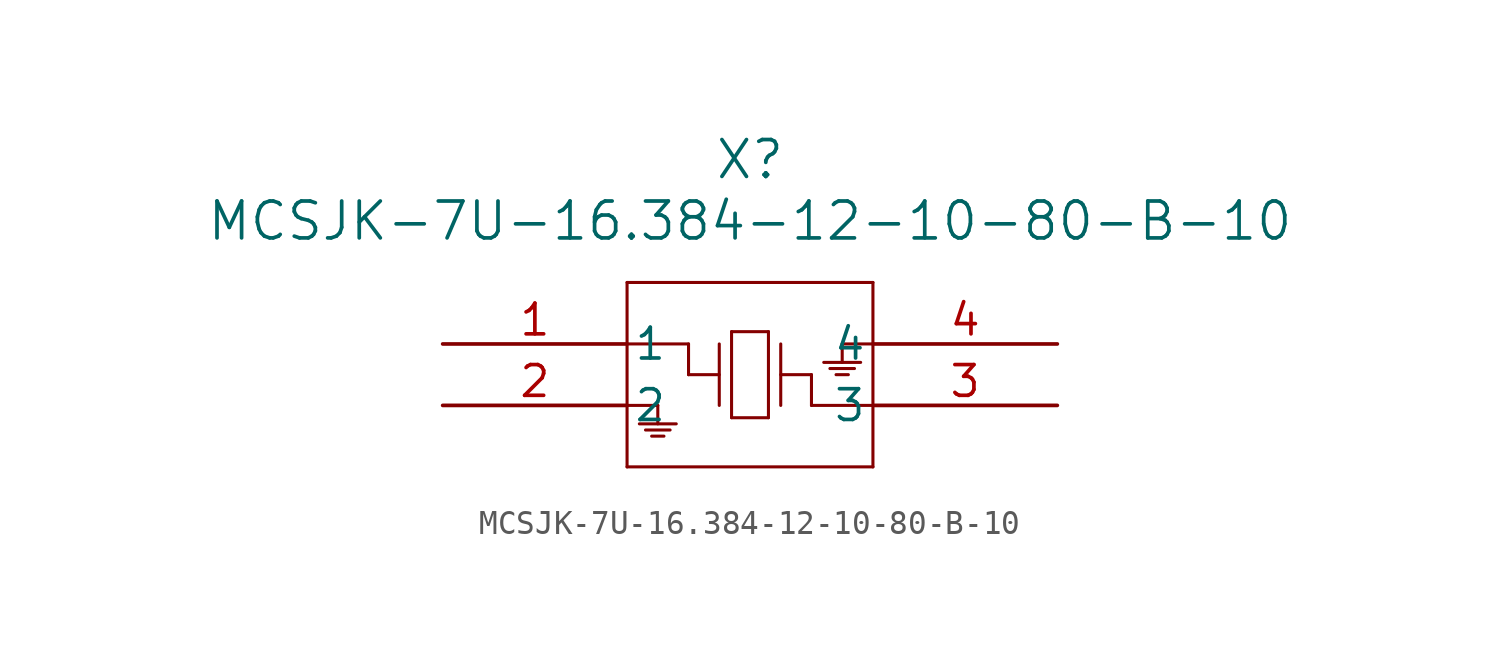
<source format=kicad_sym>
(kicad_symbol_lib
  (version 20211014)
  (generator kicad_symbol_editor)
  (symbol "MCSJK-7U-16.384-12-10-80-B-10"
    (pin_names
      (offset 0.254))
    (property "Reference" "X"
      (at 12.7 7.62 0)
      (effects (font (size 1.524 1.524))))
    (property "Value" "MCSJK-7U-16.384-12-10-80-B-10"
      (at 12.7 5.08 0)
      (effects (font (size 1.524 1.524))))
    (symbol "MCSJK-7U-16.384-12-10-80-B-10_0_1"
      (polyline (pts (xy 7.62 2.54) (xy 7.62 -5.08)) (stroke (width 0.127) (type default) (color 0 0 0 0)) (fill (type none)))
      (polyline (pts (xy 7.62 -5.08) (xy 17.78 -5.08)) (stroke (width 0.127) (type default) (color 0 0 0 0)) (fill (type none)))
      (polyline (pts (xy 17.78 -5.08) (xy 17.78 2.54)) (stroke (width 0.127) (type default) (color 0 0 0 0)) (fill (type none)))
      (polyline (pts (xy 17.78 2.54) (xy 7.62 2.54)) (stroke (width 0.127) (type default) (color 0 0 0 0)) (fill (type none)))
      (polyline (pts (xy 11.43 0) (xy 11.43 -2.54)) (stroke (width 0.127) (type default) (color 0 0 0 0)) (fill (type none)))
      (polyline (pts (xy 11.43 -1.27) (xy 10.16 -1.27)) (stroke (width 0.127) (type default) (color 0 0 0 0)) (fill (type none)))
      (polyline (pts (xy 10.16 -1.27) (xy 10.16 0)) (stroke (width 0.127) (type default) (color 0 0 0 0)) (fill (type none)))
      (polyline (pts (xy 10.16 0) (xy 7.62 0)) (stroke (width 0.127) (type default) (color 0 0 0 0)) (fill (type none)))
      (polyline (pts (xy 13.97 0) (xy 13.97 -2.54)) (stroke (width 0.127) (type default) (color 0 0 0 0)) (fill (type none)))
      (polyline (pts (xy 13.97 -1.27) (xy 15.24 -1.27)) (stroke (width 0.127) (type default) (color 0 0 0 0)) (fill (type none)))
      (polyline (pts (xy 15.24 -1.27) (xy 15.24 -2.54)) (stroke (width 0.127) (type default) (color 0 0 0 0)) (fill (type none)))
      (polyline (pts (xy 15.24 -2.54) (xy 17.78 -2.54)) (stroke (width 0.127) (type default) (color 0 0 0 0)) (fill (type none)))
      (polyline (pts (xy 11.938 0.508) (xy 11.938 -3.048)) (stroke (width 0.127) (type default) (color 0 0 0 0)) (fill (type none)))
      (polyline (pts (xy 11.938 -3.048) (xy 13.462 -3.048)) (stroke (width 0.127) (type default) (color 0 0 0 0)) (fill (type none)))
      (polyline (pts (xy 13.462 -3.048) (xy 13.462 0.508)) (stroke (width 0.127) (type default) (color 0 0 0 0)) (fill (type none)))
      (polyline (pts (xy 13.462 0.508) (xy 11.938 0.508)) (stroke (width 0.127) (type default) (color 0 0 0 0)) (fill (type none)))
      (polyline (pts (xy 7.62 -2.54) (xy 8.89 -2.54)) (stroke (width 0.127) (type default) (color 0 0 0 0)) (fill (type none)))
      (polyline (pts (xy 8.89 -2.54) (xy 8.89 -3.302)) (stroke (width 0.127) (type default) (color 0 0 0 0)) (fill (type none)))
      (polyline (pts (xy 8.636 -3.81) (xy 9.144 -3.81)) (stroke (width 0.127) (type default) (color 0 0 0 0)) (fill (type none)))
      (polyline (pts (xy 8.382 -3.556) (xy 9.398 -3.556)) (stroke (width 0.127) (type default) (color 0 0 0 0)) (fill (type none)))
      (polyline (pts (xy 8.128 -3.302) (xy 9.652 -3.302)) (stroke (width 0.127) (type default) (color 0 0 0 0)) (fill (type none)))
      (polyline (pts (xy 17.78 0) (xy 16.51 0)) (stroke (width 0.127) (type default) (color 0 0 0 0)) (fill (type none)))
      (polyline (pts (xy 16.51 0) (xy 16.51 -0.762)) (stroke (width 0.127) (type default) (color 0 0 0 0)) (fill (type none)))
      (polyline (pts (xy 16.764 -1.27) (xy 16.256 -1.27)) (stroke (width 0.127) (type default) (color 0 0 0 0)) (fill (type none)))
      (polyline (pts (xy 17.018 -1.016) (xy 16.002 -1.016)) (stroke (width 0.127) (type default) (color 0 0 0 0)) (fill (type none)))
      (polyline (pts (xy 17.272 -0.762) (xy 15.748 -0.762)) (stroke (width 0.127) (type default) (color 0 0 0 0)) (fill (type none)))
      (pin unspecified line (at 0 0 0) (length 7.62) (name "1" (effects (font (size 1.27 1.27)))) (number "1" (effects (font (size 1.27 1.27)))))
      (pin power_out line (at 0 -2.54 0) (length 7.62) (name "2" (effects (font (size 1.27 1.27)))) (number "2" (effects (font (size 1.27 1.27)))))
      (pin unspecified line (at 25.4 -2.54 180) (length 7.62) (name "3" (effects (font (size 1.27 1.27)))) (number "3" (effects (font (size 1.27 1.27)))))
      (pin power_out line (at 25.4 0 180) (length 7.62) (name "4" (effects (font (size 1.27 1.27)))) (number "4" (effects (font (size 1.27 1.27))))))))
</source>
